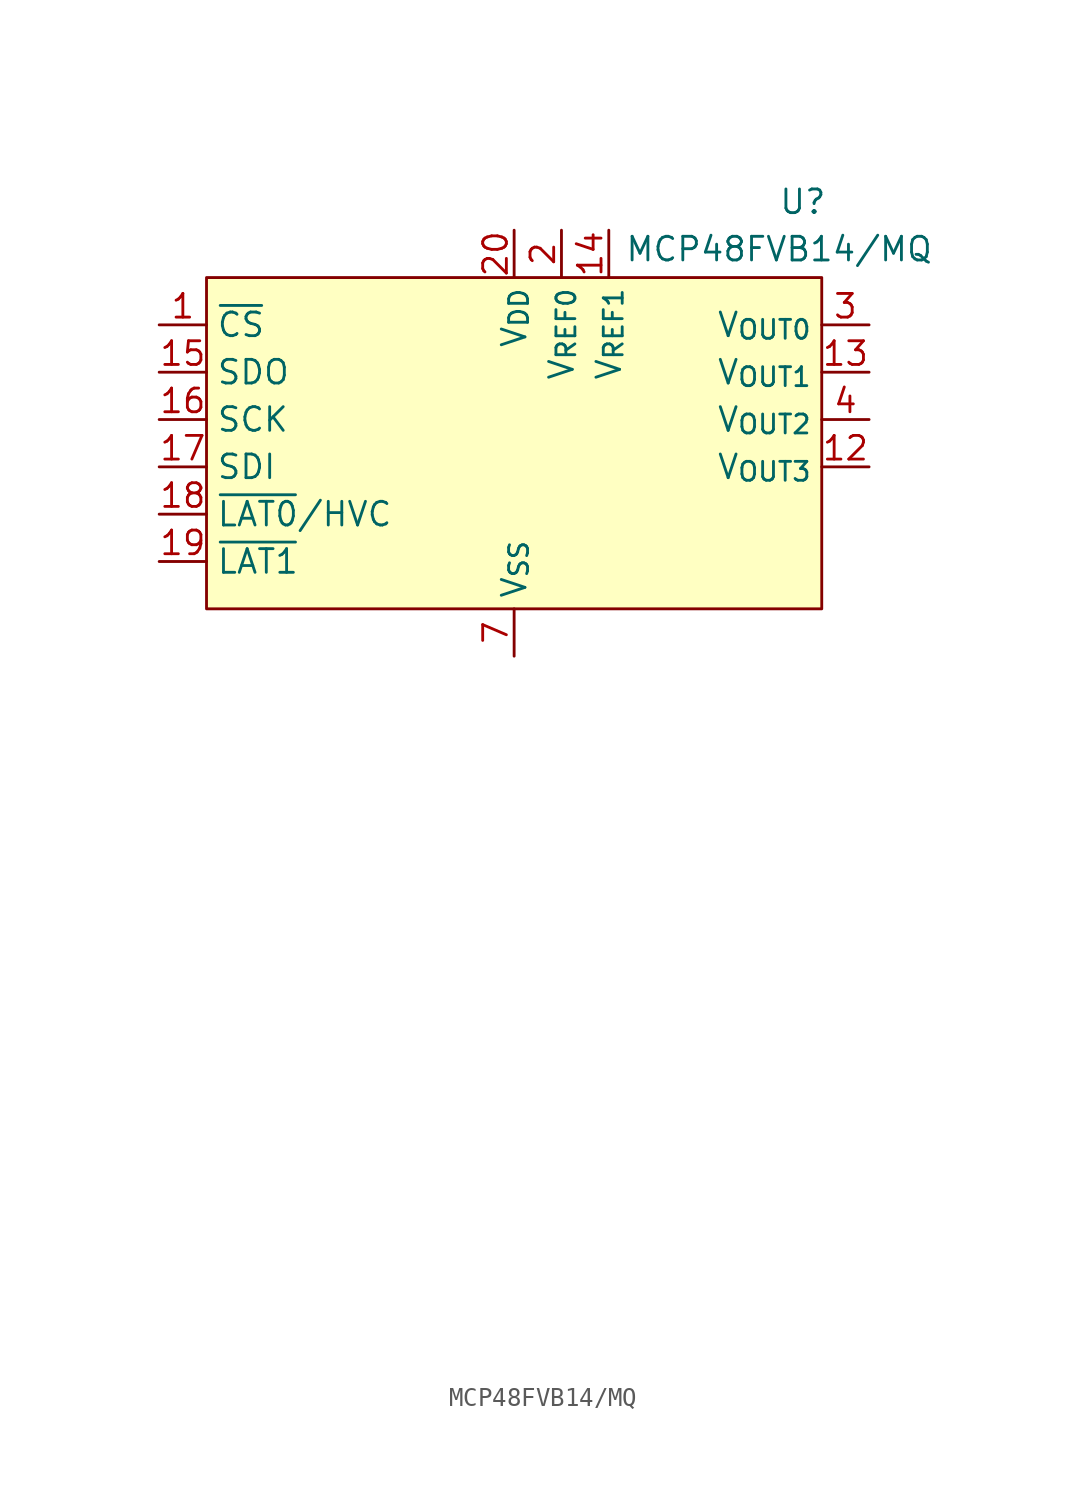
<source format=kicad_sym>
(kicad_symbol_lib
  (version 20241209)
  (generator "kicad_symbol_editor")
  (generator_version "9.0")
  (symbol "MCP48FVB14/MQ"
    (property "Reference" "U"
      (at 34.544 6.604 0)
      (effects (font (size 1.27 1.27))))
    (property "Value" "MCP48FVB14/MQ"
      (at 33.274 4.064 0)
      (effects (font (size 1.27 1.27))))
    (symbol "MCP48FVB14/MQ_0_1"
      (rectangle (start 2.54 2.54) (end 35.56 -15.24) (stroke (width 0) (type default)) (fill (type background))))
    (symbol "MCP48FVB14/MQ_1_1"
      (pin input line (at 0 0 0) (length 2.54) (name "~{CS}" (effects (font (size 1.27 1.27)))) (number "1" (effects (font (size 1.27 1.27)))))
      (pin output line (at 0 -2.54 0) (length 2.54) (name "SDO" (effects (font (size 1.27 1.27)))) (number "15" (effects (font (size 1.27 1.27)))))
      (pin input line (at 0 -5.08 0) (length 2.54) (name "SCK" (effects (font (size 1.27 1.27)))) (number "16" (effects (font (size 1.27 1.27)))))
      (pin input line (at 0 -7.62 0) (length 2.54) (name "SDI" (effects (font (size 1.27 1.27)))) (number "17" (effects (font (size 1.27 1.27)))))
      (pin input line (at 0 -10.16 0) (length 2.54) (name "~{LAT0}/HVC" (effects (font (size 1.27 1.27)))) (number "18" (effects (font (size 1.27 1.27)))))
      (pin input line (at 0 -12.7 0) (length 2.54) (name "~{LAT1}" (effects (font (size 1.27 1.27)))) (number "19" (effects (font (size 1.27 1.27)))))
      (pin no_connect line (at 0 -38.1 0) (length 2.54) (hide yes) (name "NC" (effects (font (size 1.27 1.27)))) (number "5" (effects (font (size 1.27 1.27)))))
      (pin no_connect line (at 0 -40.64 0) (length 2.54) (hide yes) (name "NC" (effects (font (size 1.27 1.27)))) (number "6" (effects (font (size 1.27 1.27)))))
      (pin no_connect line (at 0 -43.18 0) (length 2.54) (hide yes) (name "NC" (effects (font (size 1.27 1.27)))) (number "8" (effects (font (size 1.27 1.27)))))
      (pin no_connect line (at 0 -45.72 0) (length 2.54) (hide yes) (name "NC" (effects (font (size 1.27 1.27)))) (number "9" (effects (font (size 1.27 1.27)))))
      (pin no_connect line (at 0 -48.26 0) (length 2.54) (hide yes) (name "NC" (effects (font (size 1.27 1.27)))) (number "10" (effects (font (size 1.27 1.27)))))
      (pin no_connect line (at 0 -50.8 0) (length 2.54) (hide yes) (name "NC" (effects (font (size 1.27 1.27)))) (number "11" (effects (font (size 1.27 1.27)))))
      (pin power_in line (at 19.05 5.08 270) (length 2.54) (name "V_{DD}" (effects (font (size 1.27 1.27)))) (number "20" (effects (font (size 1.27 1.27)))))
      (pin power_in line (at 19.05 -17.78 90) (length 2.54) (name "V_{SS}" (effects (font (size 1.27 1.27)))) (number "7" (effects (font (size 1.27 1.27)))))
      (pin power_in line (at 21.59 5.08 270) (length 2.54) (name "V_{REF0}" (effects (font (size 1.27 1.27)))) (number "2" (effects (font (size 1.27 1.27)))))
      (pin power_in line (at 24.13 5.08 270) (length 2.54) (name "V_{REF1}" (effects (font (size 1.27 1.27)))) (number "14" (effects (font (size 1.27 1.27)))))
      (pin output line (at 38.1 0 180) (length 2.54) (name "V_{OUT0}" (effects (font (size 1.27 1.27)))) (number "3" (effects (font (size 1.27 1.27)))))
      (pin output line (at 38.1 -2.54 180) (length 2.54) (name "V_{OUT1}" (effects (font (size 1.27 1.27)))) (number "13" (effects (font (size 1.27 1.27)))))
      (pin output line (at 38.1 -5.08 180) (length 2.54) (name "V_{OUT2}" (effects (font (size 1.27 1.27)))) (number "4" (effects (font (size 1.27 1.27)))))
      (pin output line (at 38.1 -7.62 180) (length 2.54) (name "V_{OUT3}" (effects (font (size 1.27 1.27)))) (number "12" (effects (font (size 1.27 1.27))))))))
</source>
